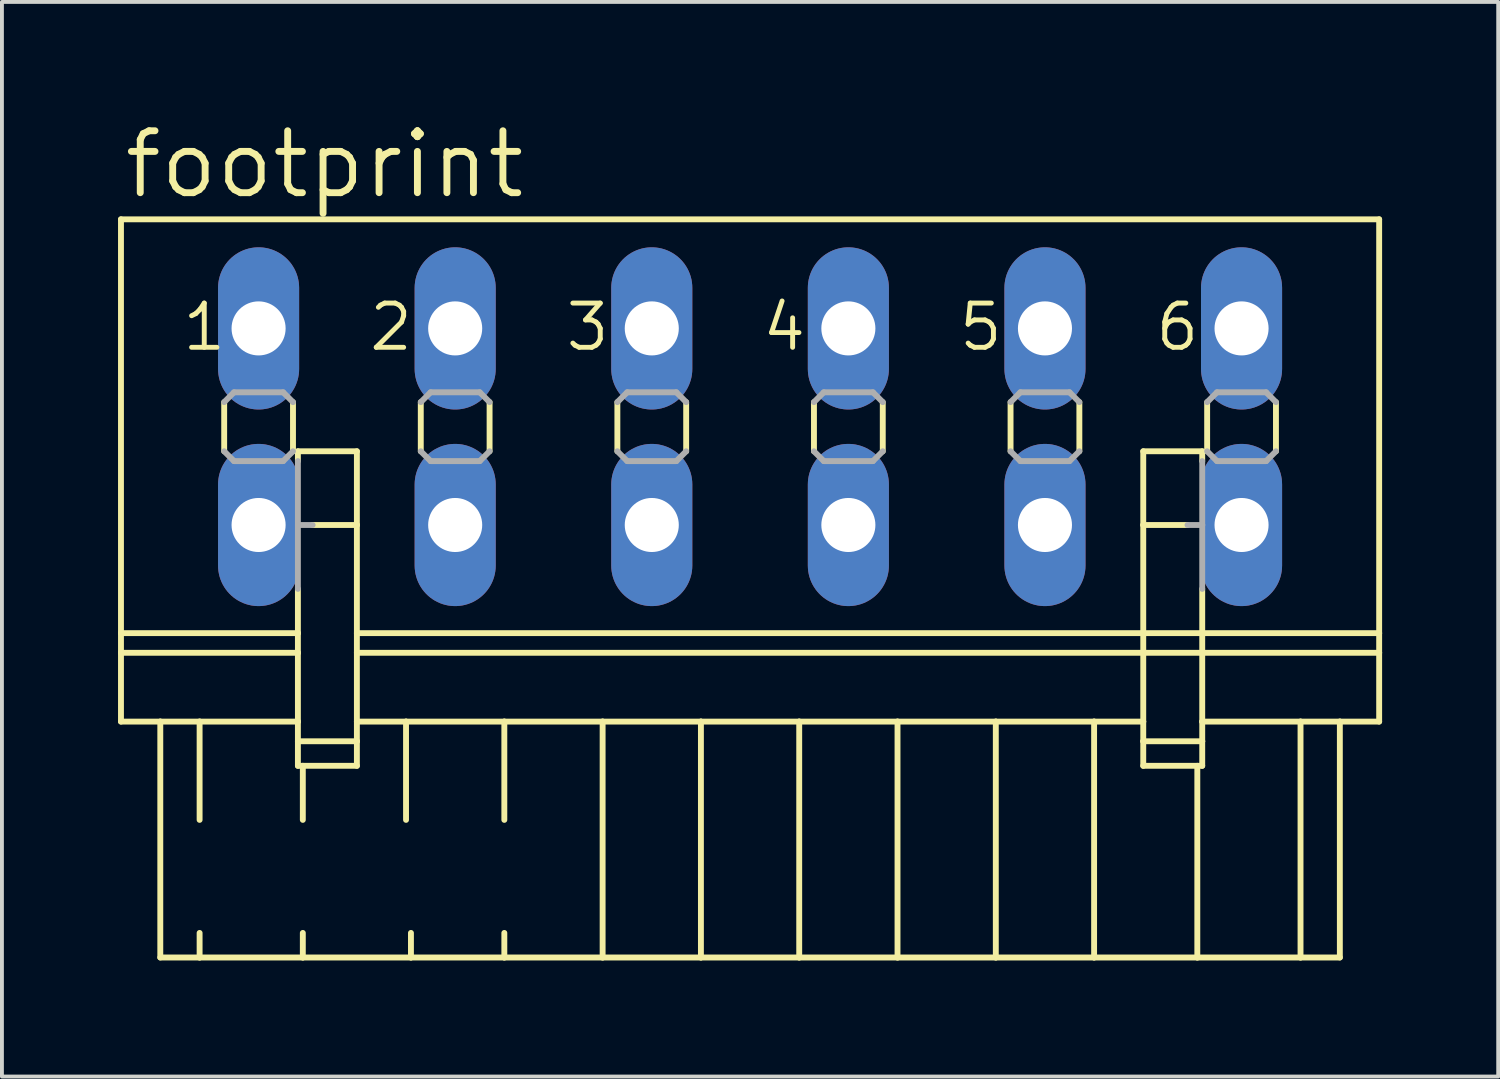
<source format=kicad_pcb>
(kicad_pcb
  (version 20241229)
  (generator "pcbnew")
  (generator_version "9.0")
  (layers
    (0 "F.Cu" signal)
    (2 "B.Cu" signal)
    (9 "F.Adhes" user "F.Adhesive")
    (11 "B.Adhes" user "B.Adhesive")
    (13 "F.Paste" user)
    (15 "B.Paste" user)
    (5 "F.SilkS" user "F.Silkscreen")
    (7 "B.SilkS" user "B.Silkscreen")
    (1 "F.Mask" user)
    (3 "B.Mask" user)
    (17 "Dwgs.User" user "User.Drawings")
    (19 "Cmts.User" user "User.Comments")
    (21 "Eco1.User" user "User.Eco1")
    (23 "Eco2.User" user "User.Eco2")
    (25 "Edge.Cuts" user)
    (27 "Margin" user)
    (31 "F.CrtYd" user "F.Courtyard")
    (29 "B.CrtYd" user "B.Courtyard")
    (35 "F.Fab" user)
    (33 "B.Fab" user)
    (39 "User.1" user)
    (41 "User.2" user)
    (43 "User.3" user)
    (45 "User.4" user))
  (footprint "footprint"
    (layer "F.Cu")
    (at 16.332 7.976)
    (property "Reference" "footprint" (at -16.256 -5.842 0) (layer "F.SilkS") (effects (font (size 1.6 1.6) (thickness 0.178)) (justify left bottom)))
    (fp_line (start -16.256 -5.359) (end -16.256 5.334) (stroke (width 0.152) (type solid)) (layer "F.SilkS"))
    (fp_line (start -16.256 -5.359) (end 16.256 -5.359) (stroke (width 0.152) (type solid)) (layer "F.SilkS"))
    (fp_line (start -16.256 5.334) (end -16.256 5.842) (stroke (width 0.152) (type solid)) (layer "F.SilkS"))
    (fp_line (start -16.256 5.334) (end -11.684 5.334) (stroke (width 0.152) (type solid)) (layer "F.SilkS"))
    (fp_line (start -16.256 5.842) (end -16.256 7.62) (stroke (width 0.152) (type solid)) (layer "F.SilkS"))
    (fp_line (start -16.256 5.842) (end -11.684 5.842) (stroke (width 0.152) (type solid)) (layer "F.SilkS"))
    (fp_line (start -16.256 7.62) (end -15.24 7.62) (stroke (width 0.152) (type solid)) (layer "F.SilkS"))
    (fp_line (start -15.24 7.62) (end -15.24 13.716) (stroke (width 0.152) (type solid)) (layer "F.SilkS"))
    (fp_line (start -15.24 7.62) (end -14.224 7.62) (stroke (width 0.152) (type solid)) (layer "F.SilkS"))
    (fp_line (start -15.24 13.716) (end -14.224 13.716) (stroke (width 0.152) (type solid)) (layer "F.SilkS"))
    (fp_line (start -14.224 7.62) (end -14.224 10.16) (stroke (width 0.152) (type solid)) (layer "F.SilkS"))
    (fp_line (start -14.224 7.62) (end -11.684 7.62) (stroke (width 0.152) (type solid)) (layer "F.SilkS"))
    (fp_line (start -14.224 13.081) (end -14.224 13.716) (stroke (width 0.152) (type solid)) (layer "F.SilkS"))
    (fp_line (start -14.224 13.716) (end -11.557 13.716) (stroke (width 0.152) (type solid)) (layer "F.SilkS"))
    (fp_line (start -13.589 -0.635) (end -13.589 0.635) (stroke (width 0.152) (type solid)) (layer "F.SilkS"))
    (fp_line (start -11.811 -0.635) (end -11.811 0.635) (stroke (width 0.152) (type solid)) (layer "F.SilkS"))
    (fp_line (start -11.684 0.635) (end -11.684 0.889) (stroke (width 0.152) (type solid)) (layer "F.SilkS"))
    (fp_line (start -11.684 0.635) (end -10.16 0.635) (stroke (width 0.152) (type solid)) (layer "F.SilkS"))
    (fp_line (start -11.684 4.191) (end -11.684 5.334) (stroke (width 0.152) (type solid)) (layer "F.SilkS"))
    (fp_line (start -11.684 5.842) (end -11.684 5.334) (stroke (width 0.152) (type solid)) (layer "F.SilkS"))
    (fp_line (start -11.684 7.62) (end -11.684 5.842) (stroke (width 0.152) (type solid)) (layer "F.SilkS"))
    (fp_line (start -11.684 8.128) (end -11.684 7.62) (stroke (width 0.152) (type solid)) (layer "F.SilkS"))
    (fp_line (start -11.684 8.128) (end -10.16 8.128) (stroke (width 0.152) (type solid)) (layer "F.SilkS"))
    (fp_line (start -11.684 8.763) (end -11.684 8.128) (stroke (width 0.152) (type solid)) (layer "F.SilkS"))
    (fp_line (start -11.557 8.763) (end -11.684 8.763) (stroke (width 0.152) (type solid)) (layer "F.SilkS"))
    (fp_line (start -11.557 8.763) (end -11.557 10.16) (stroke (width 0.152) (type solid)) (layer "F.SilkS"))
    (fp_line (start -11.557 13.081) (end -11.557 13.716) (stroke (width 0.152) (type solid)) (layer "F.SilkS"))
    (fp_line (start -11.557 13.716) (end -8.763 13.716) (stroke (width 0.152) (type solid)) (layer "F.SilkS"))
    (fp_line (start -10.16 0.635) (end -10.16 2.54) (stroke (width 0.152) (type solid)) (layer "F.SilkS"))
    (fp_line (start -10.16 2.54) (end -11.303 2.54) (stroke (width 0.152) (type solid)) (layer "F.SilkS"))
    (fp_line (start -10.16 2.54) (end -10.16 5.334) (stroke (width 0.152) (type solid)) (layer "F.SilkS"))
    (fp_line (start -10.16 5.334) (end -10.16 5.842) (stroke (width 0.152) (type solid)) (layer "F.SilkS"))
    (fp_line (start -10.16 5.334) (end 10.16 5.334) (stroke (width 0.152) (type solid)) (layer "F.SilkS"))
    (fp_line (start -10.16 5.842) (end -10.16 7.62) (stroke (width 0.152) (type solid)) (layer "F.SilkS"))
    (fp_line (start -10.16 5.842) (end 10.16 5.842) (stroke (width 0.152) (type solid)) (layer "F.SilkS"))
    (fp_line (start -10.16 7.62) (end -10.16 8.128) (stroke (width 0.152) (type solid)) (layer "F.SilkS"))
    (fp_line (start -10.16 7.62) (end -8.89 7.62) (stroke (width 0.152) (type solid)) (layer "F.SilkS"))
    (fp_line (start -10.16 8.128) (end -10.16 8.763) (stroke (width 0.152) (type solid)) (layer "F.SilkS"))
    (fp_line (start -10.16 8.763) (end -11.557 8.763) (stroke (width 0.152) (type solid)) (layer "F.SilkS"))
    (fp_line (start -8.89 7.62) (end -8.89 10.16) (stroke (width 0.152) (type solid)) (layer "F.SilkS"))
    (fp_line (start -8.89 7.62) (end -6.35 7.62) (stroke (width 0.152) (type solid)) (layer "F.SilkS"))
    (fp_line (start -8.763 13.081) (end -8.763 13.716) (stroke (width 0.152) (type solid)) (layer "F.SilkS"))
    (fp_line (start -8.763 13.716) (end -6.35 13.716) (stroke (width 0.152) (type solid)) (layer "F.SilkS"))
    (fp_line (start -8.509 -0.635) (end -8.509 0.635) (stroke (width 0.152) (type solid)) (layer "F.SilkS"))
    (fp_line (start -6.731 -0.635) (end -6.731 0.635) (stroke (width 0.152) (type solid)) (layer "F.SilkS"))
    (fp_line (start -6.35 7.62) (end -6.35 10.16) (stroke (width 0.152) (type solid)) (layer "F.SilkS"))
    (fp_line (start -6.35 7.62) (end -3.81 7.62) (stroke (width 0.152) (type solid)) (layer "F.SilkS"))
    (fp_line (start -6.35 13.081) (end -6.35 13.716) (stroke (width 0.152) (type solid)) (layer "F.SilkS"))
    (fp_line (start -6.35 13.716) (end -3.81 13.716) (stroke (width 0.152) (type solid)) (layer "F.SilkS"))
    (fp_line (start -3.81 7.62) (end -3.81 13.716) (stroke (width 0.152) (type solid)) (layer "F.SilkS"))
    (fp_line (start -3.81 7.62) (end -1.27 7.62) (stroke (width 0.152) (type solid)) (layer "F.SilkS"))
    (fp_line (start -3.81 13.716) (end -1.27 13.716) (stroke (width 0.152) (type solid)) (layer "F.SilkS"))
    (fp_line (start -3.429 -0.635) (end -3.429 0.635) (stroke (width 0.152) (type solid)) (layer "F.SilkS"))
    (fp_line (start -1.651 -0.635) (end -1.651 0.635) (stroke (width 0.152) (type solid)) (layer "F.SilkS"))
    (fp_line (start -1.27 7.62) (end -1.27 13.716) (stroke (width 0.152) (type solid)) (layer "F.SilkS"))
    (fp_line (start -1.27 7.62) (end 1.27 7.62) (stroke (width 0.152) (type solid)) (layer "F.SilkS"))
    (fp_line (start -1.27 13.716) (end 1.27 13.716) (stroke (width 0.152) (type solid)) (layer "F.SilkS"))
    (fp_line (start 1.27 7.62) (end 1.27 13.716) (stroke (width 0.152) (type solid)) (layer "F.SilkS"))
    (fp_line (start 1.27 7.62) (end 3.81 7.62) (stroke (width 0.152) (type solid)) (layer "F.SilkS"))
    (fp_line (start 1.27 13.716) (end 3.81 13.716) (stroke (width 0.152) (type solid)) (layer "F.SilkS"))
    (fp_line (start 1.651 -0.635) (end 1.651 0.635) (stroke (width 0.152) (type solid)) (layer "F.SilkS"))
    (fp_line (start 3.429 -0.635) (end 3.429 0.635) (stroke (width 0.152) (type solid)) (layer "F.SilkS"))
    (fp_line (start 3.81 7.62) (end 3.81 13.716) (stroke (width 0.152) (type solid)) (layer "F.SilkS"))
    (fp_line (start 3.81 7.62) (end 6.35 7.62) (stroke (width 0.152) (type solid)) (layer "F.SilkS"))
    (fp_line (start 3.81 13.716) (end 6.35 13.716) (stroke (width 0.152) (type solid)) (layer "F.SilkS"))
    (fp_line (start 6.35 7.62) (end 6.35 13.716) (stroke (width 0.152) (type solid)) (layer "F.SilkS"))
    (fp_line (start 6.35 7.62) (end 8.89 7.62) (stroke (width 0.152) (type solid)) (layer "F.SilkS"))
    (fp_line (start 6.35 13.716) (end 8.89 13.716) (stroke (width 0.152) (type solid)) (layer "F.SilkS"))
    (fp_line (start 6.731 -0.635) (end 6.731 0.635) (stroke (width 0.152) (type solid)) (layer "F.SilkS"))
    (fp_line (start 8.509 -0.635) (end 8.509 0.635) (stroke (width 0.152) (type solid)) (layer "F.SilkS"))
    (fp_line (start 8.89 7.62) (end 8.89 13.716) (stroke (width 0.152) (type solid)) (layer "F.SilkS"))
    (fp_line (start 8.89 7.62) (end 10.16 7.62) (stroke (width 0.152) (type solid)) (layer "F.SilkS"))
    (fp_line (start 8.89 13.716) (end 11.557 13.716) (stroke (width 0.152) (type solid)) (layer "F.SilkS"))
    (fp_line (start 10.16 0.635) (end 10.16 2.54) (stroke (width 0.152) (type solid)) (layer "F.SilkS"))
    (fp_line (start 10.16 2.54) (end 10.16 5.334) (stroke (width 0.152) (type solid)) (layer "F.SilkS"))
    (fp_line (start 10.16 2.54) (end 11.303 2.54) (stroke (width 0.152) (type solid)) (layer "F.SilkS"))
    (fp_line (start 10.16 5.334) (end 10.16 5.842) (stroke (width 0.152) (type solid)) (layer "F.SilkS"))
    (fp_line (start 10.16 5.334) (end 11.684 5.334) (stroke (width 0.152) (type solid)) (layer "F.SilkS"))
    (fp_line (start 10.16 5.842) (end 10.16 7.62) (stroke (width 0.152) (type solid)) (layer "F.SilkS"))
    (fp_line (start 10.16 5.842) (end 11.684 5.842) (stroke (width 0.152) (type solid)) (layer "F.SilkS"))
    (fp_line (start 10.16 7.62) (end 10.16 8.128) (stroke (width 0.152) (type solid)) (layer "F.SilkS"))
    (fp_line (start 10.16 8.128) (end 10.16 8.763) (stroke (width 0.152) (type solid)) (layer "F.SilkS"))
    (fp_line (start 10.16 8.128) (end 11.684 8.128) (stroke (width 0.152) (type solid)) (layer "F.SilkS"))
    (fp_line (start 11.557 8.763) (end 10.16 8.763) (stroke (width 0.152) (type solid)) (layer "F.SilkS"))
    (fp_line (start 11.557 8.763) (end 11.557 13.716) (stroke (width 0.152) (type solid)) (layer "F.SilkS"))
    (fp_line (start 11.557 13.716) (end 14.224 13.716) (stroke (width 0.152) (type solid)) (layer "F.SilkS"))
    (fp_line (start 11.684 0.635) (end 10.16 0.635) (stroke (width 0.152) (type solid)) (layer "F.SilkS"))
    (fp_line (start 11.684 0.889) (end 11.684 0.635) (stroke (width 0.152) (type solid)) (layer "F.SilkS"))
    (fp_line (start 11.684 4.191) (end 11.684 5.334) (stroke (width 0.152) (type solid)) (layer "F.SilkS"))
    (fp_line (start 11.684 5.334) (end 16.256 5.334) (stroke (width 0.152) (type solid)) (layer "F.SilkS"))
    (fp_line (start 11.684 5.842) (end 11.684 5.334) (stroke (width 0.152) (type solid)) (layer "F.SilkS"))
    (fp_line (start 11.684 5.842) (end 16.256 5.842) (stroke (width 0.152) (type solid)) (layer "F.SilkS"))
    (fp_line (start 11.684 7.62) (end 11.684 5.842) (stroke (width 0.152) (type solid)) (layer "F.SilkS"))
    (fp_line (start 11.684 7.62) (end 14.224 7.62) (stroke (width 0.152) (type solid)) (layer "F.SilkS"))
    (fp_line (start 11.684 8.128) (end 11.684 7.62) (stroke (width 0.152) (type solid)) (layer "F.SilkS"))
    (fp_line (start 11.684 8.763) (end 11.557 8.763) (stroke (width 0.152) (type solid)) (layer "F.SilkS"))
    (fp_line (start 11.684 8.763) (end 11.684 8.128) (stroke (width 0.152) (type solid)) (layer "F.SilkS"))
    (fp_line (start 11.811 -0.635) (end 11.811 0.635) (stroke (width 0.152) (type solid)) (layer "F.SilkS"))
    (fp_line (start 13.589 -0.635) (end 13.589 0.635) (stroke (width 0.152) (type solid)) (layer "F.SilkS"))
    (fp_line (start 14.224 7.62) (end 14.224 13.716) (stroke (width 0.152) (type solid)) (layer "F.SilkS"))
    (fp_line (start 14.224 7.62) (end 15.24 7.62) (stroke (width 0.152) (type solid)) (layer "F.SilkS"))
    (fp_line (start 14.224 13.716) (end 15.24 13.716) (stroke (width 0.152) (type solid)) (layer "F.SilkS"))
    (fp_line (start 15.24 7.62) (end 15.24 13.716) (stroke (width 0.152) (type solid)) (layer "F.SilkS"))
    (fp_line (start 15.24 7.62) (end 16.256 7.62) (stroke (width 0.152) (type solid)) (layer "F.SilkS"))
    (fp_line (start 16.256 -5.359) (end 16.256 5.334) (stroke (width 0.152) (type solid)) (layer "F.SilkS"))
    (fp_line (start 16.256 5.334) (end 16.256 5.842) (stroke (width 0.152) (type solid)) (layer "F.SilkS"))
    (fp_line (start 16.256 5.842) (end 16.256 7.62) (stroke (width 0.152) (type solid)) (layer "F.SilkS"))
    (fp_line (start -13.589 -0.635) (end -13.335 -0.889) (stroke (width 0.152) (type solid)) (layer "F.Fab"))
    (fp_line (start -13.335 -0.889) (end -12.065 -0.889) (stroke (width 0.152) (type solid)) (layer "F.Fab"))
    (fp_line (start -13.335 0.889) (end -13.589 0.635) (stroke (width 0.152) (type solid)) (layer "F.Fab"))
    (fp_line (start -12.065 -0.889) (end -11.811 -0.635) (stroke (width 0.152) (type solid)) (layer "F.Fab"))
    (fp_line (start -12.065 0.889) (end -13.335 0.889) (stroke (width 0.152) (type solid)) (layer "F.Fab"))
    (fp_line (start -11.811 0.635) (end -12.065 0.889) (stroke (width 0.152) (type solid)) (layer "F.Fab"))
    (fp_line (start -11.684 2.54) (end -11.684 0.889) (stroke (width 0.152) (type solid)) (layer "F.Fab"))
    (fp_line (start -11.684 2.54) (end -11.303 2.54) (stroke (width 0.152) (type solid)) (layer "F.Fab"))
    (fp_line (start -11.684 4.191) (end -11.684 2.54) (stroke (width 0.152) (type solid)) (layer "F.Fab"))
    (fp_line (start -8.509 -0.635) (end -8.255 -0.889) (stroke (width 0.152) (type solid)) (layer "F.Fab"))
    (fp_line (start -8.255 -0.889) (end -6.985 -0.889) (stroke (width 0.152) (type solid)) (layer "F.Fab"))
    (fp_line (start -8.255 0.889) (end -8.509 0.635) (stroke (width 0.152) (type solid)) (layer "F.Fab"))
    (fp_line (start -6.985 -0.889) (end -6.731 -0.635) (stroke (width 0.152) (type solid)) (layer "F.Fab"))
    (fp_line (start -6.985 0.889) (end -8.255 0.889) (stroke (width 0.152) (type solid)) (layer "F.Fab"))
    (fp_line (start -6.731 0.635) (end -6.985 0.889) (stroke (width 0.152) (type solid)) (layer "F.Fab"))
    (fp_line (start -3.429 -0.635) (end -3.175 -0.889) (stroke (width 0.152) (type solid)) (layer "F.Fab"))
    (fp_line (start -3.175 -0.889) (end -1.905 -0.889) (stroke (width 0.152) (type solid)) (layer "F.Fab"))
    (fp_line (start -3.175 0.889) (end -3.429 0.635) (stroke (width 0.152) (type solid)) (layer "F.Fab"))
    (fp_line (start -1.905 -0.889) (end -1.651 -0.635) (stroke (width 0.152) (type solid)) (layer "F.Fab"))
    (fp_line (start -1.905 0.889) (end -3.175 0.889) (stroke (width 0.152) (type solid)) (layer "F.Fab"))
    (fp_line (start -1.651 0.635) (end -1.905 0.889) (stroke (width 0.152) (type solid)) (layer "F.Fab"))
    (fp_line (start 1.651 -0.635) (end 1.905 -0.889) (stroke (width 0.152) (type solid)) (layer "F.Fab"))
    (fp_line (start 1.905 -0.889) (end 3.175 -0.889) (stroke (width 0.152) (type solid)) (layer "F.Fab"))
    (fp_line (start 1.905 0.889) (end 1.651 0.635) (stroke (width 0.152) (type solid)) (layer "F.Fab"))
    (fp_line (start 3.175 -0.889) (end 3.429 -0.635) (stroke (width 0.152) (type solid)) (layer "F.Fab"))
    (fp_line (start 3.175 0.889) (end 1.905 0.889) (stroke (width 0.152) (type solid)) (layer "F.Fab"))
    (fp_line (start 3.429 0.635) (end 3.175 0.889) (stroke (width 0.152) (type solid)) (layer "F.Fab"))
    (fp_line (start 6.731 -0.635) (end 6.985 -0.889) (stroke (width 0.152) (type solid)) (layer "F.Fab"))
    (fp_line (start 6.985 -0.889) (end 8.255 -0.889) (stroke (width 0.152) (type solid)) (layer "F.Fab"))
    (fp_line (start 6.985 0.889) (end 6.731 0.635) (stroke (width 0.152) (type solid)) (layer "F.Fab"))
    (fp_line (start 8.255 -0.889) (end 8.509 -0.635) (stroke (width 0.152) (type solid)) (layer "F.Fab"))
    (fp_line (start 8.255 0.889) (end 6.985 0.889) (stroke (width 0.152) (type solid)) (layer "F.Fab"))
    (fp_line (start 8.509 0.635) (end 8.255 0.889) (stroke (width 0.152) (type solid)) (layer "F.Fab"))
    (fp_line (start 11.303 2.54) (end 11.684 2.54) (stroke (width 0.152) (type solid)) (layer "F.Fab"))
    (fp_line (start 11.684 2.54) (end 11.684 0.889) (stroke (width 0.152) (type solid)) (layer "F.Fab"))
    (fp_line (start 11.684 4.191) (end 11.684 2.54) (stroke (width 0.152) (type solid)) (layer "F.Fab"))
    (fp_line (start 11.811 -0.635) (end 12.065 -0.889) (stroke (width 0.152) (type solid)) (layer "F.Fab"))
    (fp_line (start 12.065 -0.889) (end 13.335 -0.889) (stroke (width 0.152) (type solid)) (layer "F.Fab"))
    (fp_line (start 12.065 0.889) (end 11.811 0.635) (stroke (width 0.152) (type solid)) (layer "F.Fab"))
    (fp_line (start 13.335 -0.889) (end 13.589 -0.635) (stroke (width 0.152) (type solid)) (layer "F.Fab"))
    (fp_line (start 13.335 0.889) (end 12.065 0.889) (stroke (width 0.152) (type solid)) (layer "F.Fab"))
    (fp_line (start 13.589 0.635) (end 13.335 0.889) (stroke (width 0.152) (type solid)) (layer "F.Fab"))
    (fp_text user "6" (at 10.414 -1.905 0) (layer "F.SilkS") (effects (font (size 1.143 1.143) (thickness 0.127)) (justify left bottom)))
    (fp_text user "1" (at -14.732 -1.905 0) (layer "F.SilkS") (effects (font (size 1.143 1.143) (thickness 0.127)) (justify left bottom)))
    (fp_text user "4" (at 0.254 -1.905 0) (layer "F.SilkS") (effects (font (size 1.143 1.143) (thickness 0.127)) (justify left bottom)))
    (fp_text user "2" (at -9.906 -1.905 0) (layer "F.SilkS") (effects (font (size 1.143 1.143) (thickness 0.127)) (justify left bottom)))
    (fp_text user "5" (at 5.334 -1.905 0) (layer "F.SilkS") (effects (font (size 1.143 1.143) (thickness 0.127)) (justify left bottom)))
    (fp_text user "3" (at -4.826 -1.905 0) (layer "F.SilkS") (effects (font (size 1.143 1.143) (thickness 0.127)) (justify left bottom)))
    (pad "1" thru_hole oval (at -12.7 -2.54 90) (size 4.191 2.095) (drill 1.397) (layers "*.Cu" "*.Mask"))
    (pad "1A" thru_hole oval (at -12.7 2.54 90) (size 4.191 2.095) (drill 1.397) (layers "*.Cu" "*.Mask"))
    (pad "2" thru_hole oval (at -7.62 -2.54 90) (size 4.191 2.095) (drill 1.397) (layers "*.Cu" "*.Mask"))
    (pad "2A" thru_hole oval (at -7.62 2.54 90) (size 4.191 2.095) (drill 1.397) (layers "*.Cu" "*.Mask"))
    (pad "3" thru_hole oval (at -2.54 -2.54 90) (size 4.191 2.095) (drill 1.397) (layers "*.Cu" "*.Mask"))
    (pad "3A" thru_hole oval (at -2.54 2.54 90) (size 4.191 2.095) (drill 1.397) (layers "*.Cu" "*.Mask"))
    (pad "4" thru_hole oval (at 2.54 -2.54 90) (size 4.191 2.095) (drill 1.397) (layers "*.Cu" "*.Mask"))
    (pad "4A" thru_hole oval (at 2.54 2.54 90) (size 4.191 2.095) (drill 1.397) (layers "*.Cu" "*.Mask"))
    (pad "5" thru_hole oval (at 7.62 -2.54 90) (size 4.191 2.095) (drill 1.397) (layers "*.Cu" "*.Mask"))
    (pad "5A" thru_hole oval (at 7.62 2.54 90) (size 4.191 2.095) (drill 1.397) (layers "*.Cu" "*.Mask"))
    (pad "6" thru_hole oval (at 12.7 -2.54 90) (size 4.191 2.095) (drill 1.397) (layers "*.Cu" "*.Mask"))
    (pad "6A" thru_hole oval (at 12.7 2.54 90) (size 4.191 2.095) (drill 1.397) (layers "*.Cu" "*.Mask")))
  (gr_rect
    (start -3 -3)
    (end 35.664 24.768)
    (stroke (width 0.1) (type default))
    (fill no)
    (layer "Edge.Cuts")))
</source>
